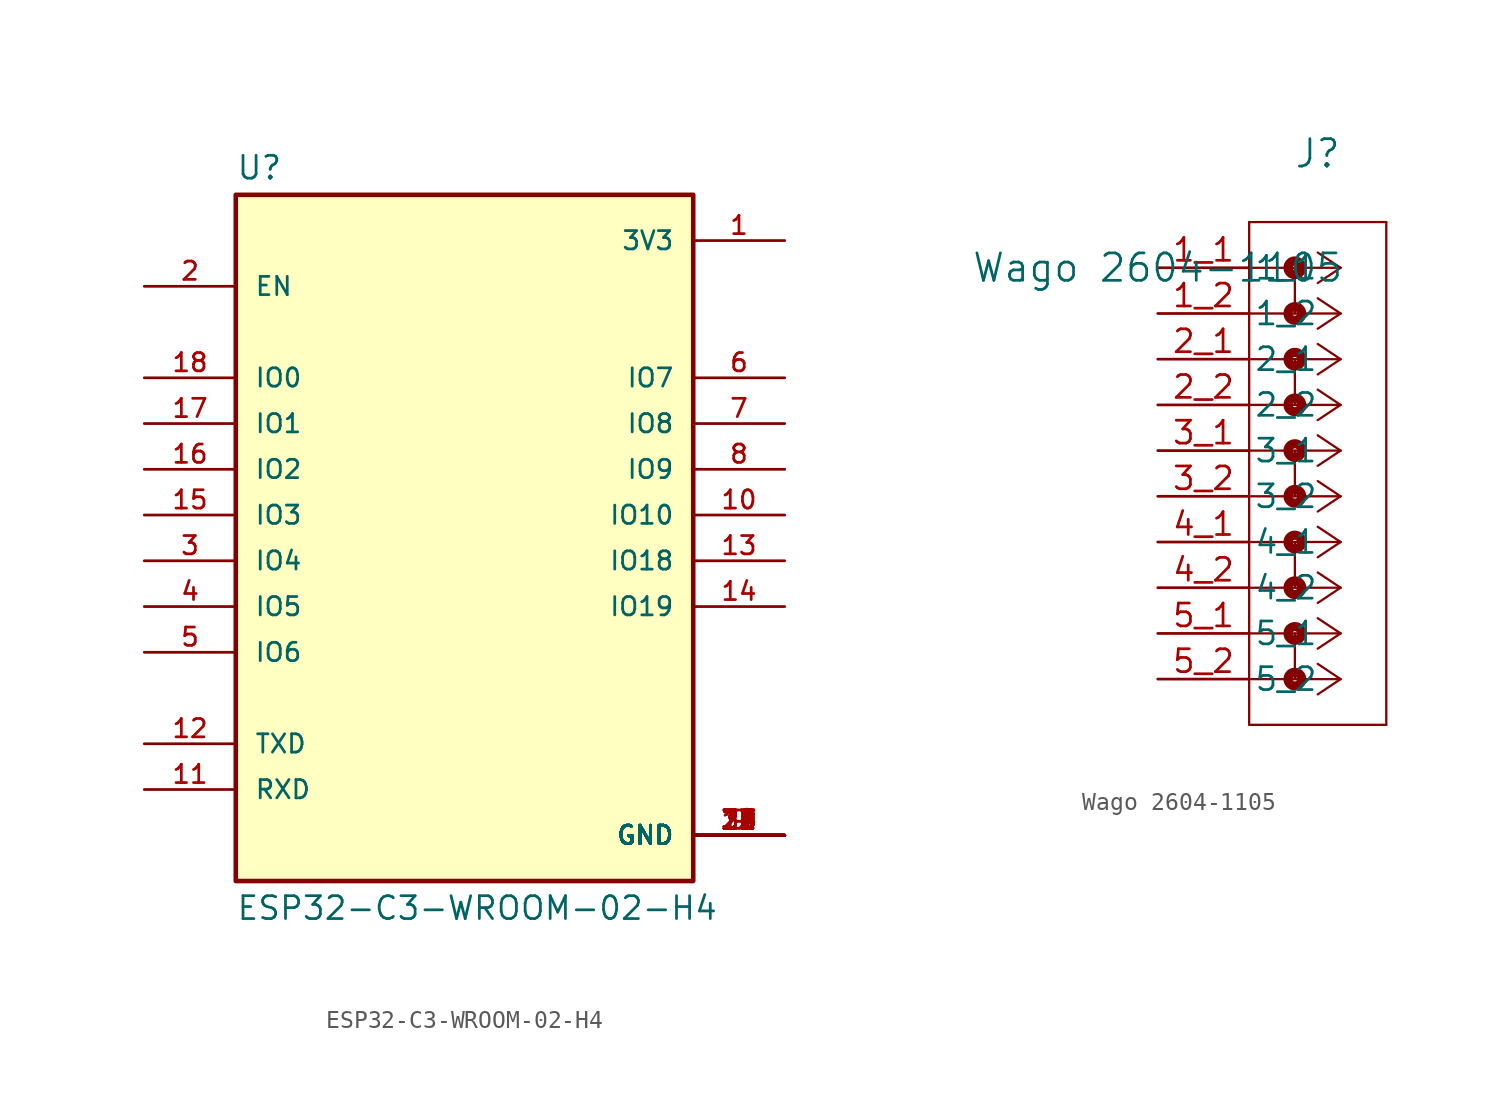
<source format=kicad_sym>
(kicad_symbol_lib
  (version 20220914)
  (generator kicad_symbol_editor)
  (symbol "ESP32-C3-WROOM-02-H4"
    (pin_names
      (offset 1.016))
    (property "Reference" "U"
      (at -12.7 21.082 0)
      (effects (font (size 1.27 1.27)) (justify left bottom)))
    (property "Value" "ESP32-C3-WROOM-02-H4"
      (at -12.7 -18.542 0)
      (effects (font (size 1.27 1.27)) (justify left top)))
    (symbol "ESP32-C3-WROOM-02-H4_0_0"
      (rectangle (start -12.7 -17.78) (end 12.7 20.32) (stroke (width 0.254) (type default)) (fill (type background)))
      (pin power_in line (at 17.78 17.78 180) (length 5.08) (name "3V3" (effects (font (size 1.016 1.016)))) (number "1" (effects (font (size 1.016 1.016)))))
      (pin bidirectional line (at 17.78 2.54 180) (length 5.08) (name "IO10" (effects (font (size 1.016 1.016)))) (number "10" (effects (font (size 1.016 1.016)))))
      (pin bidirectional line (at -17.78 -12.7 0) (length 5.08) (name "RXD" (effects (font (size 1.016 1.016)))) (number "11" (effects (font (size 1.016 1.016)))))
      (pin bidirectional line (at -17.78 -10.16 0) (length 5.08) (name "TXD" (effects (font (size 1.016 1.016)))) (number "12" (effects (font (size 1.016 1.016)))))
      (pin bidirectional line (at 17.78 0 180) (length 5.08) (name "IO18" (effects (font (size 1.016 1.016)))) (number "13" (effects (font (size 1.016 1.016)))))
      (pin bidirectional line (at 17.78 -2.54 180) (length 5.08) (name "IO19" (effects (font (size 1.016 1.016)))) (number "14" (effects (font (size 1.016 1.016)))))
      (pin bidirectional line (at -17.78 2.54 0) (length 5.08) (name "IO3" (effects (font (size 1.016 1.016)))) (number "15" (effects (font (size 1.016 1.016)))))
      (pin bidirectional line (at -17.78 5.08 0) (length 5.08) (name "IO2" (effects (font (size 1.016 1.016)))) (number "16" (effects (font (size 1.016 1.016)))))
      (pin bidirectional line (at -17.78 7.62 0) (length 5.08) (name "IO1" (effects (font (size 1.016 1.016)))) (number "17" (effects (font (size 1.016 1.016)))))
      (pin bidirectional line (at -17.78 10.16 0) (length 5.08) (name "IO0" (effects (font (size 1.016 1.016)))) (number "18" (effects (font (size 1.016 1.016)))))
      (pin power_in line (at 17.78 -15.24 180) (length 5.08) (name "GND" (effects (font (size 1.016 1.016)))) (number "19" (effects (font (size 1.016 1.016)))))
      (pin input line (at -17.78 15.24 0) (length 5.08) (name "EN" (effects (font (size 1.016 1.016)))) (number "2" (effects (font (size 1.016 1.016)))))
      (pin power_in line (at 17.78 -15.24 180) (length 5.08) (name "GND" (effects (font (size 1.016 1.016)))) (number "20" (effects (font (size 1.016 1.016)))))
      (pin power_in line (at 17.78 -15.24 180) (length 5.08) (name "GND" (effects (font (size 1.016 1.016)))) (number "21" (effects (font (size 1.016 1.016)))))
      (pin power_in line (at 17.78 -15.24 180) (length 5.08) (name "GND" (effects (font (size 1.016 1.016)))) (number "22" (effects (font (size 1.016 1.016)))))
      (pin power_in line (at 17.78 -15.24 180) (length 5.08) (name "GND" (effects (font (size 1.016 1.016)))) (number "23" (effects (font (size 1.016 1.016)))))
      (pin power_in line (at 17.78 -15.24 180) (length 5.08) (name "GND" (effects (font (size 1.016 1.016)))) (number "24" (effects (font (size 1.016 1.016)))))
      (pin power_in line (at 17.78 -15.24 180) (length 5.08) (name "GND" (effects (font (size 1.016 1.016)))) (number "25" (effects (font (size 1.016 1.016)))))
      (pin power_in line (at 17.78 -15.24 180) (length 5.08) (name "GND" (effects (font (size 1.016 1.016)))) (number "26" (effects (font (size 1.016 1.016)))))
      (pin power_in line (at 17.78 -15.24 180) (length 5.08) (name "GND" (effects (font (size 1.016 1.016)))) (number "27" (effects (font (size 1.016 1.016)))))
      (pin power_in line (at 17.78 -15.24 180) (length 5.08) (name "GND" (effects (font (size 1.016 1.016)))) (number "28" (effects (font (size 1.016 1.016)))))
      (pin power_in line (at 17.78 -15.24 180) (length 5.08) (name "GND" (effects (font (size 1.016 1.016)))) (number "29" (effects (font (size 1.016 1.016)))))
      (pin bidirectional line (at -17.78 0 0) (length 5.08) (name "IO4" (effects (font (size 1.016 1.016)))) (number "3" (effects (font (size 1.016 1.016)))))
      (pin power_in line (at 17.78 -15.24 180) (length 5.08) (name "GND" (effects (font (size 1.016 1.016)))) (number "30" (effects (font (size 1.016 1.016)))))
      (pin power_in line (at 17.78 -15.24 180) (length 5.08) (name "GND" (effects (font (size 1.016 1.016)))) (number "31" (effects (font (size 1.016 1.016)))))
      (pin power_in line (at 17.78 -15.24 180) (length 5.08) (name "GND" (effects (font (size 1.016 1.016)))) (number "32" (effects (font (size 1.016 1.016)))))
      (pin power_in line (at 17.78 -15.24 180) (length 5.08) (name "GND" (effects (font (size 1.016 1.016)))) (number "33" (effects (font (size 1.016 1.016)))))
      (pin power_in line (at 17.78 -15.24 180) (length 5.08) (name "GND" (effects (font (size 1.016 1.016)))) (number "34" (effects (font (size 1.016 1.016)))))
      (pin power_in line (at 17.78 -15.24 180) (length 5.08) (name "GND" (effects (font (size 1.016 1.016)))) (number "35" (effects (font (size 1.016 1.016)))))
      (pin power_in line (at 17.78 -15.24 180) (length 5.08) (name "GND" (effects (font (size 1.016 1.016)))) (number "36" (effects (font (size 1.016 1.016)))))
      (pin power_in line (at 17.78 -15.24 180) (length 5.08) (name "GND" (effects (font (size 1.016 1.016)))) (number "37" (effects (font (size 1.016 1.016)))))
      (pin power_in line (at 17.78 -15.24 180) (length 5.08) (name "GND" (effects (font (size 1.016 1.016)))) (number "38" (effects (font (size 1.016 1.016)))))
      (pin power_in line (at 17.78 -15.24 180) (length 5.08) (name "GND" (effects (font (size 1.016 1.016)))) (number "39" (effects (font (size 1.016 1.016)))))
      (pin bidirectional line (at -17.78 -2.54 0) (length 5.08) (name "IO5" (effects (font (size 1.016 1.016)))) (number "4" (effects (font (size 1.016 1.016)))))
      (pin bidirectional line (at -17.78 -5.08 0) (length 5.08) (name "IO6" (effects (font (size 1.016 1.016)))) (number "5" (effects (font (size 1.016 1.016)))))
      (pin bidirectional line (at 17.78 10.16 180) (length 5.08) (name "IO7" (effects (font (size 1.016 1.016)))) (number "6" (effects (font (size 1.016 1.016)))))
      (pin bidirectional line (at 17.78 7.62 180) (length 5.08) (name "IO8" (effects (font (size 1.016 1.016)))) (number "7" (effects (font (size 1.016 1.016)))))
      (pin bidirectional line (at 17.78 5.08 180) (length 5.08) (name "IO9" (effects (font (size 1.016 1.016)))) (number "8" (effects (font (size 1.016 1.016)))))
      (pin power_in line (at 17.78 -15.24 180) (length 5.08) (name "GND" (effects (font (size 1.016 1.016)))) (number "9" (effects (font (size 1.016 1.016)))))))
  (symbol "Wago 2604-1105"
    (pin_names
      (offset 0.254))
    (property "Reference" "J"
      (at 8.89 6.35 0)
      (effects (font (size 1.524 1.524))))
    (property "Value" "Wago 2604-1105"
      (at 0 0 0)
      (effects (font (size 1.524 1.524))))
    (property "ki_locked" ""
      (at 0 0 0)
      (effects (font (size 1.27 1.27))))
    (symbol "Wago 2604-1105_0_1"
      (polyline (pts (xy 5.08 -25.4) (xy 12.7 -25.4)) (stroke (width 0.127) (type default)) (fill (type none)))
      (polyline (pts (xy 5.08 2.54) (xy 5.08 -25.4)) (stroke (width 0.127) (type default)) (fill (type none)))
      (polyline (pts (xy 7.62 -20.32) (xy 7.62 -22.86)) (stroke (width 0.127) (type default)) (fill (type none)))
      (polyline (pts (xy 7.62 -15.24) (xy 7.62 -17.78)) (stroke (width 0.127) (type default)) (fill (type none)))
      (polyline (pts (xy 7.62 -10.16) (xy 7.62 -12.7)) (stroke (width 0.127) (type default)) (fill (type none)))
      (polyline (pts (xy 7.62 -5.08) (xy 7.62 -7.62)) (stroke (width 0.127) (type default)) (fill (type none)))
      (polyline (pts (xy 7.62 0) (xy 7.62 -2.54)) (stroke (width 0.127) (type default)) (fill (type none)))
      (polyline (pts (xy 10.16 -22.86) (xy 5.08 -22.86)) (stroke (width 0.127) (type default)) (fill (type none)))
      (polyline (pts (xy 10.16 -22.86) (xy 8.89 -23.707)) (stroke (width 0.127) (type default)) (fill (type none)))
      (polyline (pts (xy 10.16 -22.86) (xy 8.89 -22.013)) (stroke (width 0.127) (type default)) (fill (type none)))
      (polyline (pts (xy 10.16 -20.32) (xy 5.08 -20.32)) (stroke (width 0.127) (type default)) (fill (type none)))
      (polyline (pts (xy 10.16 -20.32) (xy 8.89 -21.167)) (stroke (width 0.127) (type default)) (fill (type none)))
      (polyline (pts (xy 10.16 -20.32) (xy 8.89 -19.473)) (stroke (width 0.127) (type default)) (fill (type none)))
      (polyline (pts (xy 10.16 -17.78) (xy 5.08 -17.78)) (stroke (width 0.127) (type default)) (fill (type none)))
      (polyline (pts (xy 10.16 -17.78) (xy 8.89 -18.627)) (stroke (width 0.127) (type default)) (fill (type none)))
      (polyline (pts (xy 10.16 -17.78) (xy 8.89 -16.933)) (stroke (width 0.127) (type default)) (fill (type none)))
      (polyline (pts (xy 10.16 -15.24) (xy 5.08 -15.24)) (stroke (width 0.127) (type default)) (fill (type none)))
      (polyline (pts (xy 10.16 -15.24) (xy 8.89 -16.087)) (stroke (width 0.127) (type default)) (fill (type none)))
      (polyline (pts (xy 10.16 -15.24) (xy 8.89 -14.393)) (stroke (width 0.127) (type default)) (fill (type none)))
      (polyline (pts (xy 10.16 -12.7) (xy 5.08 -12.7)) (stroke (width 0.127) (type default)) (fill (type none)))
      (polyline (pts (xy 10.16 -12.7) (xy 8.89 -13.547)) (stroke (width 0.127) (type default)) (fill (type none)))
      (polyline (pts (xy 10.16 -12.7) (xy 8.89 -11.853)) (stroke (width 0.127) (type default)) (fill (type none)))
      (polyline (pts (xy 10.16 -10.16) (xy 5.08 -10.16)) (stroke (width 0.127) (type default)) (fill (type none)))
      (polyline (pts (xy 10.16 -10.16) (xy 8.89 -11.007)) (stroke (width 0.127) (type default)) (fill (type none)))
      (polyline (pts (xy 10.16 -10.16) (xy 8.89 -9.313)) (stroke (width 0.127) (type default)) (fill (type none)))
      (polyline (pts (xy 10.16 -7.62) (xy 5.08 -7.62)) (stroke (width 0.127) (type default)) (fill (type none)))
      (polyline (pts (xy 10.16 -7.62) (xy 8.89 -8.467)) (stroke (width 0.127) (type default)) (fill (type none)))
      (polyline (pts (xy 10.16 -7.62) (xy 8.89 -6.773)) (stroke (width 0.127) (type default)) (fill (type none)))
      (polyline (pts (xy 10.16 -5.08) (xy 5.08 -5.08)) (stroke (width 0.127) (type default)) (fill (type none)))
      (polyline (pts (xy 10.16 -5.08) (xy 8.89 -5.927)) (stroke (width 0.127) (type default)) (fill (type none)))
      (polyline (pts (xy 10.16 -5.08) (xy 8.89 -4.233)) (stroke (width 0.127) (type default)) (fill (type none)))
      (polyline (pts (xy 10.16 -2.54) (xy 5.08 -2.54)) (stroke (width 0.127) (type default)) (fill (type none)))
      (polyline (pts (xy 10.16 -2.54) (xy 8.89 -3.387)) (stroke (width 0.127) (type default)) (fill (type none)))
      (polyline (pts (xy 10.16 -2.54) (xy 8.89 -1.693)) (stroke (width 0.127) (type default)) (fill (type none)))
      (polyline (pts (xy 10.16 0) (xy 5.08 0)) (stroke (width 0.127) (type default)) (fill (type none)))
      (polyline (pts (xy 10.16 0) (xy 8.89 -0.847)) (stroke (width 0.127) (type default)) (fill (type none)))
      (polyline (pts (xy 10.16 0) (xy 8.89 0.847)) (stroke (width 0.127) (type default)) (fill (type none)))
      (polyline (pts (xy 12.7 -25.4) (xy 12.7 2.54)) (stroke (width 0.127) (type default)) (fill (type none)))
      (polyline (pts (xy 12.7 2.54) (xy 5.08 2.54)) (stroke (width 0.127) (type default)) (fill (type none)))
      (circle (center 7.62 -22.86) (radius 0.127) (stroke (width 0.508) (type default)) (fill (type none)))
      (circle (center 7.62 -20.32) (radius 0.127) (stroke (width 0.508) (type default)) (fill (type none)))
      (circle (center 7.62 -17.78) (radius 0.127) (stroke (width 0.508) (type default)) (fill (type none)))
      (circle (center 7.62 -15.24) (radius 0.127) (stroke (width 0.508) (type default)) (fill (type none)))
      (circle (center 7.62 -12.7) (radius 0.127) (stroke (width 0.508) (type default)) (fill (type none)))
      (circle (center 7.62 -10.16) (radius 0.127) (stroke (width 0.508) (type default)) (fill (type none)))
      (circle (center 7.62 -7.62) (radius 0.127) (stroke (width 0.508) (type default)) (fill (type none)))
      (circle (center 7.62 -5.08) (radius 0.127) (stroke (width 0.508) (type default)) (fill (type none)))
      (circle (center 7.62 -2.54) (radius 0.127) (stroke (width 0.508) (type default)) (fill (type none)))
      (circle (center 7.62 0) (radius 0.127) (stroke (width 0.508) (type default)) (fill (type none)))
      (pin unspecified line (at 0 0 0) (length 5.08) (name "1_1" (effects (font (size 1.27 1.27)))) (number "1_1" (effects (font (size 1.27 1.27)))))
      (pin unspecified line (at 0 -2.54 0) (length 5.08) (name "1_2" (effects (font (size 1.27 1.27)))) (number "1_2" (effects (font (size 1.27 1.27)))))
      (pin unspecified line (at 0 -5.08 0) (length 5.08) (name "2_1" (effects (font (size 1.27 1.27)))) (number "2_1" (effects (font (size 1.27 1.27)))))
      (pin unspecified line (at 0 -7.62 0) (length 5.08) (name "2_2" (effects (font (size 1.27 1.27)))) (number "2_2" (effects (font (size 1.27 1.27)))))
      (pin unspecified line (at 0 -10.16 0) (length 5.08) (name "3_1" (effects (font (size 1.27 1.27)))) (number "3_1" (effects (font (size 1.27 1.27)))))
      (pin unspecified line (at 0 -12.7 0) (length 5.08) (name "3_2" (effects (font (size 1.27 1.27)))) (number "3_2" (effects (font (size 1.27 1.27)))))
      (pin unspecified line (at 0 -15.24 0) (length 5.08) (name "4_1" (effects (font (size 1.27 1.27)))) (number "4_1" (effects (font (size 1.27 1.27)))))
      (pin unspecified line (at 0 -17.78 0) (length 5.08) (name "4_2" (effects (font (size 1.27 1.27)))) (number "4_2" (effects (font (size 1.27 1.27)))))
      (pin unspecified line (at 0 -20.32 0) (length 5.08) (name "5_1" (effects (font (size 1.27 1.27)))) (number "5_1" (effects (font (size 1.27 1.27)))))
      (pin unspecified line (at 0 -22.86 0) (length 5.08) (name "5_2" (effects (font (size 1.27 1.27)))) (number "5_2" (effects (font (size 1.27 1.27))))))))
</source>
